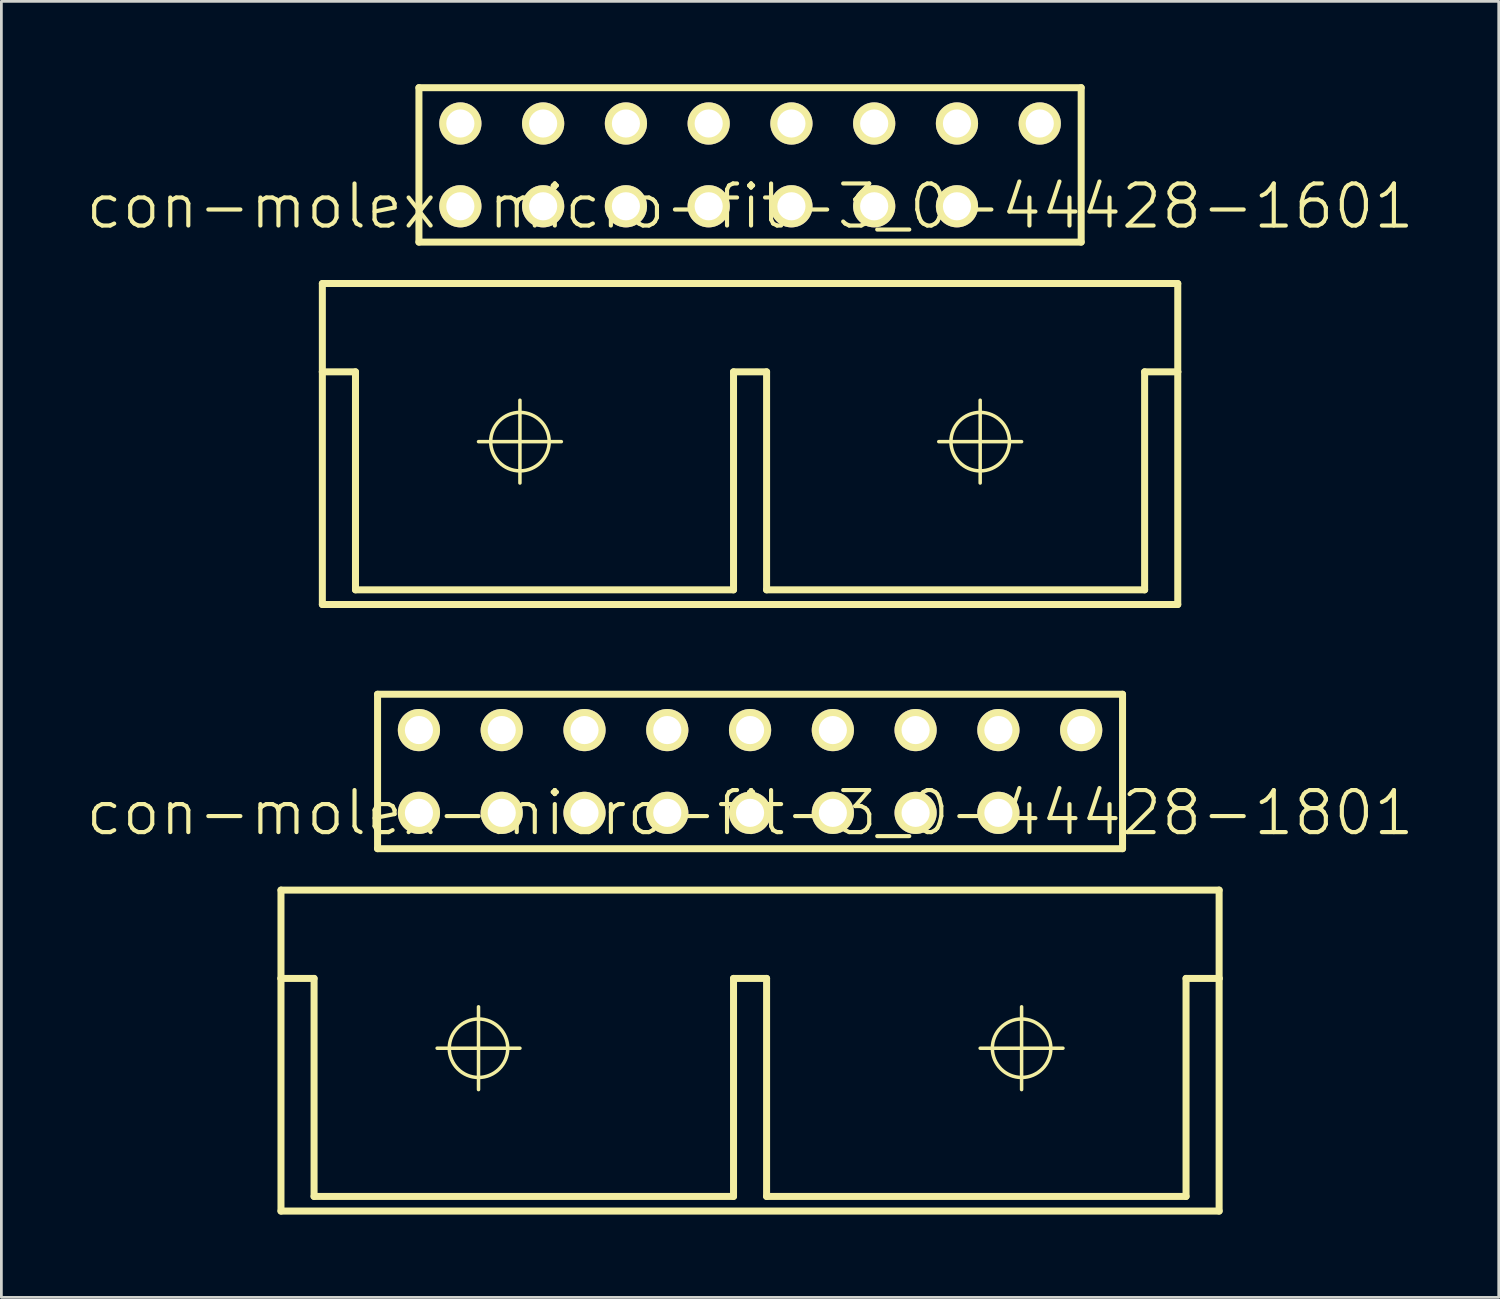
<source format=kicad_pcb>
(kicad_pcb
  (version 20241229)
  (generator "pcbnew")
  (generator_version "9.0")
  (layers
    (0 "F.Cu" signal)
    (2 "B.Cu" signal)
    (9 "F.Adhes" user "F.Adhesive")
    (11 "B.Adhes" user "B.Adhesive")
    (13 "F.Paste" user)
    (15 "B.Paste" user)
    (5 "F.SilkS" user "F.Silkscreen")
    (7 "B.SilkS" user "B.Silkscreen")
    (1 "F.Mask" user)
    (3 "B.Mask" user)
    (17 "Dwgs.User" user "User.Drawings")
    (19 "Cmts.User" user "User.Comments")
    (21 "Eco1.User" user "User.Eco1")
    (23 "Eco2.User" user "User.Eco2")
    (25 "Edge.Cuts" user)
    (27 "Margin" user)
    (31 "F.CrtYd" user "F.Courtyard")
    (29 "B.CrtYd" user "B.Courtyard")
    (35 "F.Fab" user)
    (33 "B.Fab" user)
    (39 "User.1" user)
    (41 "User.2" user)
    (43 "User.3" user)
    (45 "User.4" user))
  (footprint "con-molex-micro-fit-3_0-44428-1801"
    (layer "F.Cu")
    (at 24.13 26.406)
    (property "Reference" "con-molex-micro-fit-3_0-44428-1801" (at 0 0 0) (layer "F.SilkS") (effects (font (size 1.524 1.524) (thickness 0.15))))
    (attr exclude_from_pos_files exclude_from_bom)
    (fp_line (start -16.998 2.799) (end -16.998 5.999) (stroke (width 0.254) (type solid)) (layer "F.SilkS"))
    (fp_line (start -16.998 5.999) (end -16.998 14.43) (stroke (width 0.254) (type solid)) (layer "F.SilkS"))
    (fp_line (start -16.998 5.999) (end -15.799 5.999) (stroke (width 0.254) (type solid)) (layer "F.SilkS"))
    (fp_line (start -16.998 14.43) (end 16.998 14.43) (stroke (width 0.254) (type solid)) (layer "F.SilkS"))
    (fp_line (start -15.799 5.999) (end -15.799 13.899) (stroke (width 0.254) (type solid)) (layer "F.SilkS"))
    (fp_line (start -15.799 13.899) (end -0.599 13.899) (stroke (width 0.254) (type solid)) (layer "F.SilkS"))
    (fp_line (start -13.498 -4.298) (end 13.498 -4.298) (stroke (width 0.254) (type solid)) (layer "F.SilkS"))
    (fp_line (start -13.498 1.298) (end -13.498 -4.298) (stroke (width 0.254) (type solid)) (layer "F.SilkS"))
    (fp_line (start -11.339 8.529) (end -8.339 8.529) (stroke (width 0.127) (type solid)) (layer "F.SilkS"))
    (fp_line (start -9.84 10.028) (end -9.84 7.028) (stroke (width 0.127) (type solid)) (layer "F.SilkS"))
    (fp_line (start -0.599 5.999) (end -0.599 13.899) (stroke (width 0.254) (type solid)) (layer "F.SilkS"))
    (fp_line (start -0.599 5.999) (end 0.599 5.999) (stroke (width 0.254) (type solid)) (layer "F.SilkS"))
    (fp_line (start 0.599 5.999) (end 0.599 13.899) (stroke (width 0.254) (type solid)) (layer "F.SilkS"))
    (fp_line (start 0.599 13.899) (end 15.799 13.899) (stroke (width 0.254) (type solid)) (layer "F.SilkS"))
    (fp_line (start 8.339 8.529) (end 11.339 8.529) (stroke (width 0.127) (type solid)) (layer "F.SilkS"))
    (fp_line (start 9.84 10.028) (end 9.84 7.028) (stroke (width 0.127) (type solid)) (layer "F.SilkS"))
    (fp_line (start 13.498 -4.298) (end 13.498 1.298) (stroke (width 0.254) (type solid)) (layer "F.SilkS"))
    (fp_line (start 13.498 1.298) (end -13.498 1.298) (stroke (width 0.254) (type solid)) (layer "F.SilkS"))
    (fp_line (start 15.799 5.999) (end 16.998 5.999) (stroke (width 0.254) (type solid)) (layer "F.SilkS"))
    (fp_line (start 15.799 13.899) (end 15.799 5.999) (stroke (width 0.254) (type solid)) (layer "F.SilkS"))
    (fp_line (start 16.998 2.799) (end -16.998 2.799) (stroke (width 0.254) (type solid)) (layer "F.SilkS"))
    (fp_line (start 16.998 5.999) (end 16.998 2.799) (stroke (width 0.254) (type solid)) (layer "F.SilkS"))
    (fp_line (start 16.998 14.43) (end 16.998 5.999) (stroke (width 0.254) (type solid)) (layer "F.SilkS"))
    (fp_circle (center -9.84 8.529) (end -10.589 9.279) (stroke (width 0.127) (type solid)) (fill no) (layer "F.SilkS"))
    (fp_circle (center 9.84 8.529) (end 10.589 9.279) (stroke (width 0.127) (type solid)) (fill no) (layer "F.SilkS"))
    (pad "P$1" thru_hole rect (at 11.999 0) (size 0.001 0.001) (drill 1.019) (layers "*.Cu" "F.Mask" "F.SilkS" "F.Paste"))
    (pad "P$2" thru_hole circle (at 8.999 0) (size 1.529 1.529) (drill 1.019) (layers "*.Cu" "F.Mask" "F.SilkS" "F.Paste"))
    (pad "P$3" thru_hole circle (at 5.999 0) (size 1.529 1.529) (drill 1.019) (layers "*.Cu" "F.Mask" "F.SilkS" "F.Paste"))
    (pad "P$4" thru_hole circle (at 3 0) (size 1.529 1.529) (drill 1.019) (layers "*.Cu" "F.Mask" "F.SilkS" "F.Paste"))
    (pad "P$5" thru_hole circle (at 0 0) (size 1.529 1.529) (drill 1.019) (layers "*.Cu" "F.Mask" "F.SilkS" "F.Paste"))
    (pad "P$6" thru_hole circle (at -3 0) (size 1.529 1.529) (drill 1.019) (layers "*.Cu" "F.Mask" "F.SilkS" "F.Paste"))
    (pad "P$7" thru_hole circle (at -5.999 0) (size 1.529 1.529) (drill 1.019) (layers "*.Cu" "F.Mask" "F.SilkS" "F.Paste"))
    (pad "P$8" thru_hole circle (at -8.999 0) (size 1.529 1.529) (drill 1.019) (layers "*.Cu" "F.Mask" "F.SilkS" "F.Paste"))
    (pad "P$9" thru_hole circle (at -11.999 0) (size 1.529 1.529) (drill 1.019) (layers "*.Cu" "F.Mask" "F.SilkS" "F.Paste"))
    (pad "P$10" thru_hole circle (at 11.999 -3) (size 1.529 1.529) (drill 1.019) (layers "*.Cu" "F.Mask" "F.SilkS" "F.Paste"))
    (pad "P$11" thru_hole circle (at 8.999 -3) (size 1.529 1.529) (drill 1.019) (layers "*.Cu" "F.Mask" "F.SilkS" "F.Paste"))
    (pad "P$12" thru_hole circle (at 5.999 -3) (size 1.529 1.529) (drill 1.019) (layers "*.Cu" "F.Mask" "F.SilkS" "F.Paste"))
    (pad "P$13" thru_hole circle (at 3 -3) (size 1.529 1.529) (drill 1.019) (layers "*.Cu" "F.Mask" "F.SilkS" "F.Paste"))
    (pad "P$14" thru_hole circle (at 0 -3) (size 1.529 1.529) (drill 1.019) (layers "*.Cu" "F.Mask" "F.SilkS" "F.Paste"))
    (pad "P$15" thru_hole circle (at -3 -3) (size 1.529 1.529) (drill 1.019) (layers "*.Cu" "F.Mask" "F.SilkS" "F.Paste"))
    (pad "P$16" thru_hole circle (at -5.999 -3) (size 1.529 1.529) (drill 1.019) (layers "*.Cu" "F.Mask" "F.SilkS" "F.Paste"))
    (pad "P$17" thru_hole circle (at -8.999 -3) (size 1.529 1.529) (drill 1.019) (layers "*.Cu" "F.Mask" "F.SilkS" "F.Paste"))
    (pad "P$18" thru_hole circle (at -11.999 -3) (size 1.529 1.529) (drill 1.019) (layers "*.Cu" "F.Mask" "F.SilkS" "F.Paste")))
  (footprint "con-molex-micro-fit-3_0-44428-1601"
    (layer "F.Cu")
    (at 24.13 4.425)
    (property "Reference" "con-molex-micro-fit-3_0-44428-1601" (at 0 0 0) (layer "F.SilkS") (effects (font (size 1.524 1.524) (thickness 0.15))))
    (attr exclude_from_pos_files exclude_from_bom)
    (fp_line (start -15.499 2.799) (end -15.499 5.999) (stroke (width 0.254) (type solid)) (layer "F.SilkS"))
    (fp_line (start -15.499 5.999) (end -15.499 14.43) (stroke (width 0.254) (type solid)) (layer "F.SilkS"))
    (fp_line (start -15.499 5.999) (end -14.298 5.999) (stroke (width 0.254) (type solid)) (layer "F.SilkS"))
    (fp_line (start -15.499 14.43) (end 15.499 14.43) (stroke (width 0.254) (type solid)) (layer "F.SilkS"))
    (fp_line (start -14.298 5.999) (end -14.298 13.899) (stroke (width 0.254) (type solid)) (layer "F.SilkS"))
    (fp_line (start -14.298 13.899) (end -0.599 13.899) (stroke (width 0.254) (type solid)) (layer "F.SilkS"))
    (fp_line (start -11.999 -4.298) (end 11.999 -4.298) (stroke (width 0.254) (type solid)) (layer "F.SilkS"))
    (fp_line (start -11.999 1.298) (end -11.999 -4.298) (stroke (width 0.254) (type solid)) (layer "F.SilkS"))
    (fp_line (start -9.84 8.529) (end -6.838 8.529) (stroke (width 0.127) (type solid)) (layer "F.SilkS"))
    (fp_line (start -8.339 10.028) (end -8.339 7.028) (stroke (width 0.127) (type solid)) (layer "F.SilkS"))
    (fp_line (start -0.599 5.999) (end -0.599 13.899) (stroke (width 0.254) (type solid)) (layer "F.SilkS"))
    (fp_line (start -0.599 5.999) (end 0.599 5.999) (stroke (width 0.254) (type solid)) (layer "F.SilkS"))
    (fp_line (start 0.599 5.999) (end 0.599 13.899) (stroke (width 0.254) (type solid)) (layer "F.SilkS"))
    (fp_line (start 0.599 13.899) (end 14.298 13.899) (stroke (width 0.254) (type solid)) (layer "F.SilkS"))
    (fp_line (start 6.838 8.529) (end 9.84 8.529) (stroke (width 0.127) (type solid)) (layer "F.SilkS"))
    (fp_line (start 8.339 10.028) (end 8.339 7.028) (stroke (width 0.127) (type solid)) (layer "F.SilkS"))
    (fp_line (start 11.999 -4.298) (end 11.999 1.298) (stroke (width 0.254) (type solid)) (layer "F.SilkS"))
    (fp_line (start 11.999 1.298) (end -11.999 1.298) (stroke (width 0.254) (type solid)) (layer "F.SilkS"))
    (fp_line (start 14.298 5.999) (end 15.499 5.999) (stroke (width 0.254) (type solid)) (layer "F.SilkS"))
    (fp_line (start 14.298 13.899) (end 14.298 5.999) (stroke (width 0.254) (type solid)) (layer "F.SilkS"))
    (fp_line (start 15.499 2.799) (end -15.499 2.799) (stroke (width 0.254) (type solid)) (layer "F.SilkS"))
    (fp_line (start 15.499 5.999) (end 15.499 2.799) (stroke (width 0.254) (type solid)) (layer "F.SilkS"))
    (fp_line (start 15.499 14.43) (end 15.499 5.999) (stroke (width 0.254) (type solid)) (layer "F.SilkS"))
    (fp_circle (center -8.339 8.529) (end -9.088 9.279) (stroke (width 0.127) (type solid)) (fill no) (layer "F.SilkS"))
    (fp_circle (center 8.339 8.529) (end 9.088 9.279) (stroke (width 0.127) (type solid)) (fill no) (layer "F.SilkS"))
    (pad "P$1" thru_hole rect (at 10.498 0) (size 0.001 0.001) (drill 1.019) (layers "*.Cu" "F.Mask" "F.SilkS" "F.Paste"))
    (pad "P$2" thru_hole circle (at 7.498 0) (size 1.529 1.529) (drill 1.019) (layers "*.Cu" "F.Mask" "F.SilkS" "F.Paste"))
    (pad "P$3" thru_hole circle (at 4.498 0) (size 1.529 1.529) (drill 1.019) (layers "*.Cu" "F.Mask" "F.SilkS" "F.Paste"))
    (pad "P$4" thru_hole circle (at 1.499 0) (size 1.529 1.529) (drill 1.019) (layers "*.Cu" "F.Mask" "F.SilkS" "F.Paste"))
    (pad "P$5" thru_hole circle (at -1.499 0) (size 1.529 1.529) (drill 1.019) (layers "*.Cu" "F.Mask" "F.SilkS" "F.Paste"))
    (pad "P$6" thru_hole circle (at -4.498 0) (size 1.529 1.529) (drill 1.019) (layers "*.Cu" "F.Mask" "F.SilkS" "F.Paste"))
    (pad "P$7" thru_hole circle (at -7.498 0) (size 1.529 1.529) (drill 1.019) (layers "*.Cu" "F.Mask" "F.SilkS" "F.Paste"))
    (pad "P$8" thru_hole circle (at -10.498 0) (size 1.529 1.529) (drill 1.019) (layers "*.Cu" "F.Mask" "F.SilkS" "F.Paste"))
    (pad "P$9" thru_hole circle (at 10.498 -3) (size 1.529 1.529) (drill 1.019) (layers "*.Cu" "F.Mask" "F.SilkS" "F.Paste"))
    (pad "P$10" thru_hole circle (at 7.498 -3) (size 1.529 1.529) (drill 1.019) (layers "*.Cu" "F.Mask" "F.SilkS" "F.Paste"))
    (pad "P$11" thru_hole circle (at 4.498 -3) (size 1.529 1.529) (drill 1.019) (layers "*.Cu" "F.Mask" "F.SilkS" "F.Paste"))
    (pad "P$12" thru_hole circle (at 1.499 -3) (size 1.529 1.529) (drill 1.019) (layers "*.Cu" "F.Mask" "F.SilkS" "F.Paste"))
    (pad "P$13" thru_hole circle (at -1.499 -3) (size 1.529 1.529) (drill 1.019) (layers "*.Cu" "F.Mask" "F.SilkS" "F.Paste"))
    (pad "P$14" thru_hole circle (at -4.498 -3) (size 1.529 1.529) (drill 1.019) (layers "*.Cu" "F.Mask" "F.SilkS" "F.Paste"))
    (pad "P$15" thru_hole circle (at -7.498 -3) (size 1.529 1.529) (drill 1.019) (layers "*.Cu" "F.Mask" "F.SilkS" "F.Paste"))
    (pad "P$16" thru_hole circle (at -10.498 -3) (size 1.529 1.529) (drill 1.019) (layers "*.Cu" "F.Mask" "F.SilkS" "F.Paste")))
  (gr_rect
    (start -3 -3)
    (end 51.26 43.963)
    (stroke (width 0.1) (type default))
    (fill no)
    (layer "Edge.Cuts")))
</source>
